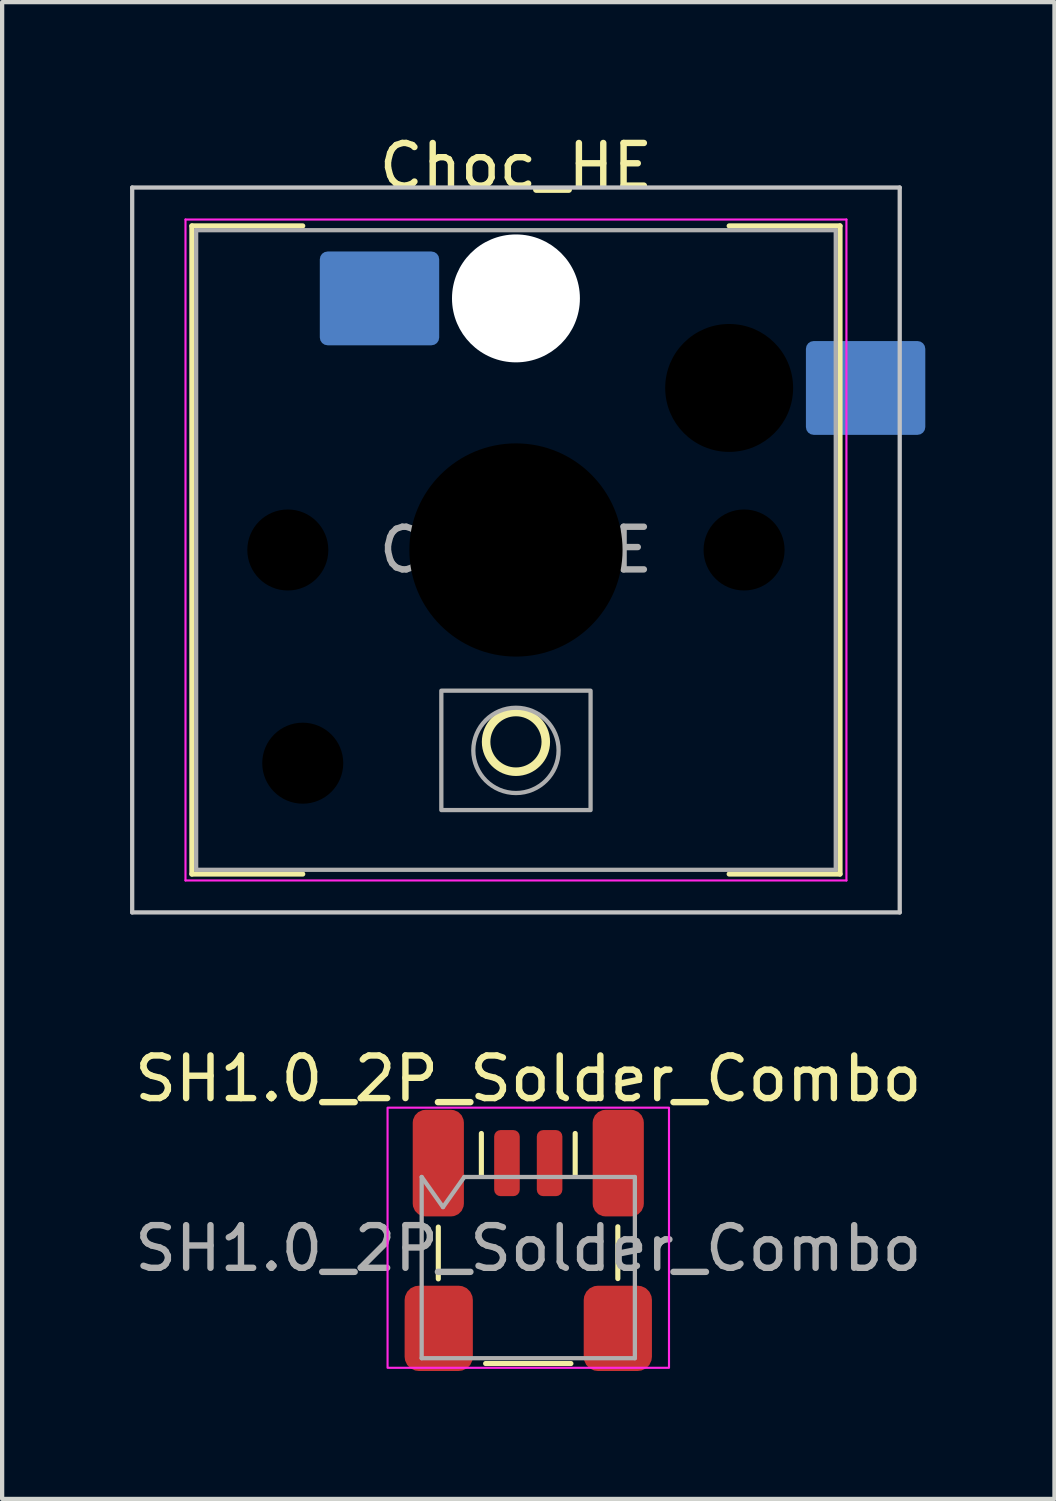
<source format=kicad_pcb>
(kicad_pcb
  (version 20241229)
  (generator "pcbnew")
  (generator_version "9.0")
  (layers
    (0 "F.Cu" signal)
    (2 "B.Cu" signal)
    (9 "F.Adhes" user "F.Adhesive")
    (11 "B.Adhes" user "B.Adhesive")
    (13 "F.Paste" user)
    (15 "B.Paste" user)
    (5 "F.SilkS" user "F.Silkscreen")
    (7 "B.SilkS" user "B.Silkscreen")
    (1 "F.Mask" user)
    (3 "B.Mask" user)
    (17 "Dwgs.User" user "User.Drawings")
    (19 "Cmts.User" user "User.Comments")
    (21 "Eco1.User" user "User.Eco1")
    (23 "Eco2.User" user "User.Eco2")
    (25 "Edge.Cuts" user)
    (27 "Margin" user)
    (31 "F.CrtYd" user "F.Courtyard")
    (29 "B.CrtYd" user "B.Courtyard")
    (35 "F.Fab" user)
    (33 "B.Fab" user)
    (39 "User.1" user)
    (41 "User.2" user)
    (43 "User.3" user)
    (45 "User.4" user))
  (footprint "Choc_HE"
    (layer "F.Cu")
    (at 9.05 9.848)
    (property "Reference" "Choc_HE" (at 0 -9 0) (layer "F.SilkS") (effects (font (size 1 1) (thickness 0.15))))
    (attr through_hole)
    (fp_line (start -7.6 -7.6) (end -7.6 7.6) (stroke (width 0.12) (type solid)) (layer "F.SilkS"))
    (fp_line (start -7.6 7.6) (end -5 7.6) (stroke (width 0.12) (type solid)) (layer "F.SilkS"))
    (fp_line (start -5 -7.6) (end -7.6 -7.6) (stroke (width 0.12) (type solid)) (layer "F.SilkS"))
    (fp_line (start 7.6 -7.6) (end 5 -7.6) (stroke (width 0.12) (type solid)) (layer "F.SilkS"))
    (fp_line (start 7.6 7.6) (end 5 7.6) (stroke (width 0.12) (type solid)) (layer "F.SilkS"))
    (fp_line (start 7.6 7.6) (end 7.6 -7.6) (stroke (width 0.12) (type solid)) (layer "F.SilkS"))
    (fp_circle (center 0 4.5) (end 0.7 4.5) (stroke (width 0.2) (type default)) (fill no) (layer "F.SilkS"))
    (fp_line (start -9 -8.5) (end -9 8.5) (stroke (width 0.1) (type solid)) (layer "Dwgs.User"))
    (fp_line (start -9 8.5) (end 9 8.5) (stroke (width 0.1) (type solid)) (layer "Dwgs.User"))
    (fp_line (start 9 -8.5) (end -9 -8.5) (stroke (width 0.1) (type solid)) (layer "Dwgs.User"))
    (fp_line (start 9 8.5) (end 9 -8.5) (stroke (width 0.1) (type solid)) (layer "Dwgs.User"))
    (fp_line (start -7.25 -7.25) (end -7.25 7.25) (stroke (width 0.1) (type solid)) (layer "Eco1.User"))
    (fp_line (start -7.25 7.25) (end 7.25 7.25) (stroke (width 0.1) (type solid)) (layer "Eco1.User"))
    (fp_line (start 7.25 -7.25) (end -7.25 -7.25) (stroke (width 0.1) (type solid)) (layer "Eco1.User"))
    (fp_line (start 7.25 7.25) (end 7.25 -7.25) (stroke (width 0.1) (type solid)) (layer "Eco1.User"))
    (fp_line (start -7.75 -7.75) (end -7.75 7.75) (stroke (width 0.05) (type solid)) (layer "F.CrtYd"))
    (fp_line (start -7.75 7.75) (end 7.75 7.75) (stroke (width 0.05) (type solid)) (layer "F.CrtYd"))
    (fp_line (start 7.75 -7.75) (end -7.75 -7.75) (stroke (width 0.05) (type solid)) (layer "F.CrtYd"))
    (fp_line (start 7.75 7.75) (end 7.75 -7.75) (stroke (width 0.05) (type solid)) (layer "F.CrtYd"))
    (fp_line (start -7.5 -7.5) (end -7.5 7.5) (stroke (width 0.1) (type solid)) (layer "F.Fab"))
    (fp_line (start -7.5 7.5) (end 7.5 7.5) (stroke (width 0.1) (type solid)) (layer "F.Fab"))
    (fp_line (start 7.5 -7.5) (end -7.5 -7.5) (stroke (width 0.1) (type solid)) (layer "F.Fab"))
    (fp_line (start 7.5 7.5) (end 7.5 -7.5) (stroke (width 0.1) (type solid)) (layer "F.Fab"))
    (fp_rect (start -1.75 3.3) (end 1.75 6.1) (stroke (width 0.1) (type solid)) (fill no) (layer "F.Fab"))
    (fp_circle (center 0 4.7) (end 1 4.7) (stroke (width 0.1) (type solid)) (fill no) (layer "F.Fab"))
    (fp_text user "${REFERENCE}" (at 0 0 0) (layer "F.Fab") (effects (font (size 1 1) (thickness 0.15))))
    (pad "" np_thru_hole circle (at -5.35 0) (size 1.9 1.9) (drill oval 2.2 1.9) (layers "*.Mask"))
    (pad "" np_thru_hole circle (at -5 5) (size 1.9 1.9) (drill 1.9) (layers "*.Mask"))
    (pad "" np_thru_hole circle (at 0 -5.9) (size 3 3) (drill 3) (layers "*.Cu" "*.Mask"))
    (pad "" np_thru_hole circle (at 0 0) (size 5 5) (drill 5) (layers "*.Mask"))
    (pad "" np_thru_hole circle (at 5 -3.8) (size 3 3) (drill 3) (layers "*.Mask"))
    (pad "" np_thru_hole circle (at 5.35 0) (size 1.9 1.9) (drill oval 2.2 1.9) (layers "*.Mask"))
    (pad "1" smd roundrect (at -3.2 -5.9) (size 2.8 2.2) (layers "B.Cu" "B.Mask" "B.Paste") (roundrect_rratio 0.083))
    (pad "2" smd roundrect (at 8.2 -3.8) (size 2.8 2.2) (layers "B.Cu" "B.Mask" "B.Paste") (roundrect_rratio 0.083)))
  (footprint "SH1.0_2P_Solder_Combo"
    (layer "F.Cu")
    (at 9.339 26.227)
    (property "Reference" "SH1.0_2P_Solder_Combo" (at 0 -3.98 0) (layer "F.SilkS") (effects (font (size 1 1) (thickness 0.15))))
    (attr smd)
    (fp_line (start -2.11 0.715) (end -2.11 -0.5) (stroke (width 0.12) (type solid)) (layer "F.SilkS"))
    (fp_line (start -1.1 -1.705) (end -1.1 -2.695) (stroke (width 0.12) (type solid)) (layer "F.SilkS"))
    (fp_line (start -1 2.7) (end 1 2.7) (stroke (width 0.12) (type solid)) (layer "F.SilkS"))
    (fp_line (start 1.1 -1.705) (end 1.1 -2.695) (stroke (width 0.12) (type solid)) (layer "F.SilkS"))
    (fp_line (start 2.1 0.708) (end 2.1 -0.507) (stroke (width 0.12) (type solid)) (layer "F.SilkS"))
    (fp_rect (start -3.3 -3.3) (end 3.3 2.8) (stroke (width 0.05) (type default)) (fill no) (layer "F.CrtYd"))
    (fp_line (start -2.5 -1.675) (end -2.5 2.575) (stroke (width 0.1) (type solid)) (layer "F.Fab"))
    (fp_line (start -2.5 -1.675) (end -2 -0.968) (stroke (width 0.1) (type solid)) (layer "F.Fab"))
    (fp_line (start -2.5 2.575) (end 2.5 2.575) (stroke (width 0.1) (type solid)) (layer "F.Fab"))
    (fp_line (start -2 -0.968) (end -1.5 -1.675) (stroke (width 0.1) (type solid)) (layer "F.Fab"))
    (fp_line (start -1.5 -1.675) (end 2.5 -1.675) (stroke (width 0.1) (type solid)) (layer "F.Fab"))
    (fp_line (start 2.5 -1.675) (end 2.5 2.575) (stroke (width 0.1) (type solid)) (layer "F.Fab"))
    (fp_text user "${REFERENCE}" (at 0 0 0) (layer "F.Fab") (effects (font (size 1 1) (thickness 0.15))))
    (pad "1" smd roundrect (at -2.11 -2) (size 1.2 2.5) (layers "F.Cu" "F.Mask" "F.Paste") (roundrect_rratio 0.25))
    (pad "1" smd roundrect (at -0.5 -2) (size 0.6 1.55) (layers "F.Cu" "F.Mask" "F.Paste") (roundrect_rratio 0.25))
    (pad "2" smd roundrect (at 0.5 -2) (size 0.6 1.55) (layers "F.Cu" "F.Mask" "F.Paste") (roundrect_rratio 0.25))
    (pad "2" smd roundrect (at 2.11 -2) (size 1.2 2.5) (layers "F.Cu" "F.Mask" "F.Paste") (roundrect_rratio 0.25))
    (pad "MP" smd roundrect (at -2.1 1.875) (size 1.6 2) (layers "F.Cu" "F.Mask" "F.Paste") (roundrect_rratio 0.208))
    (pad "MP" smd roundrect (at 2.1 1.875) (size 1.6 2) (layers "F.Cu" "F.Mask" "F.Paste") (roundrect_rratio 0.208)))
  (gr_rect
    (start -3 -3)
    (end 21.679 32.102)
    (stroke (width 0.1) (type default))
    (fill no)
    (layer "Edge.Cuts")))
</source>
